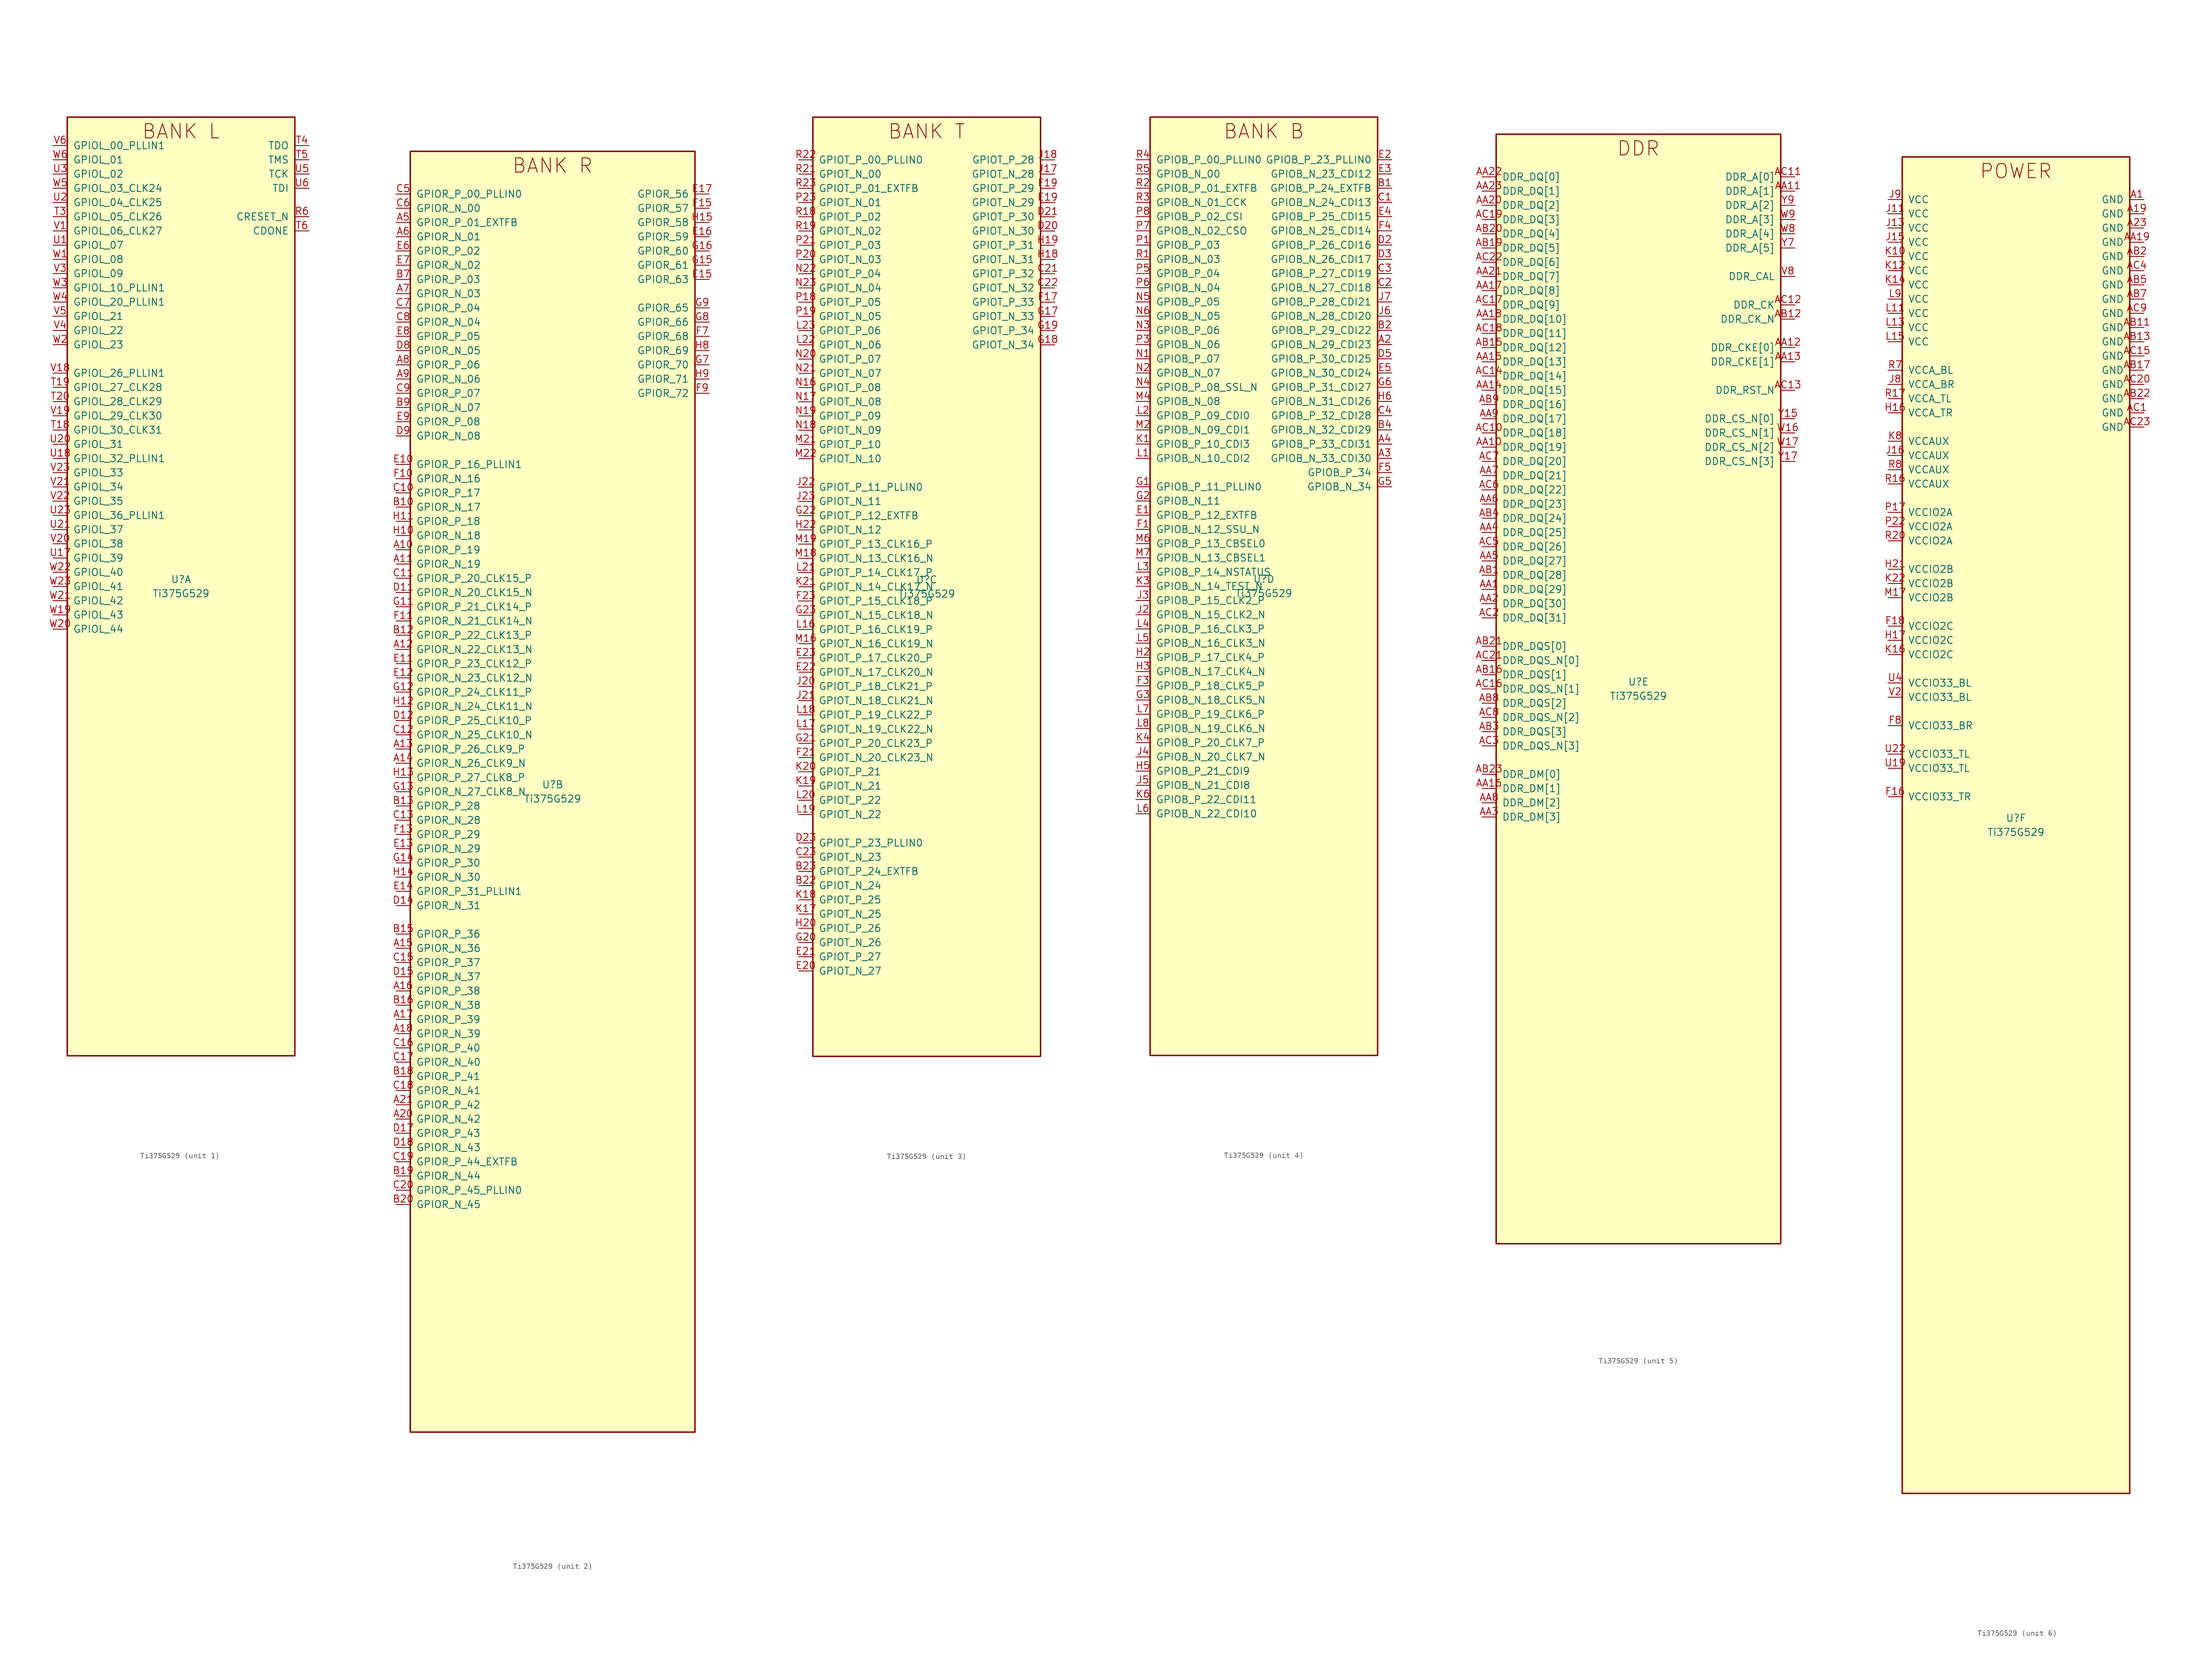
<source format=kicad_sym>
(kicad_symbol_lib
  (version 20231120)
  (generator "ti375g529_generator")
  (generator_version "1.0")
  (symbol "Ti375G529"
    (pin_names
      (offset 1.016))
    (property "Reference" "U"
      (at 0 1.27 0)
      (effects (font (size 1.27 1.27))))
    (property "Value" "Ti375G529"
      (at 0 -1.27 0)
      (effects (font (size 1.27 1.27))))
    (symbol "Ti375G529_1_1"
      (rectangle (start -20.32 83.82) (end 20.32 -83.82) (stroke (width 0.254) (type default)) (fill (type background)))
      (text "BANK L" (at 0 81.28 0) (effects (font (size 2.54 2.54))))
      (pin bidirectional line (at -22.86 78.74 0) (length 2.54) (name "GPIOL_00_PLLIN1" (effects (font (size 1.27 1.27)))) (number "V6" (effects (font (size 1.27 1.27)))))
      (pin bidirectional line (at -22.86 76.2 0) (length 2.54) (name "GPIOL_01" (effects (font (size 1.27 1.27)))) (number "W6" (effects (font (size 1.27 1.27)))))
      (pin bidirectional line (at -22.86 73.66 0) (length 2.54) (name "GPIOL_02" (effects (font (size 1.27 1.27)))) (number "U3" (effects (font (size 1.27 1.27)))))
      (pin bidirectional line (at -22.86 71.12 0) (length 2.54) (name "GPIOL_03_CLK24" (effects (font (size 1.27 1.27)))) (number "W5" (effects (font (size 1.27 1.27)))))
      (pin bidirectional line (at -22.86 68.58 0) (length 2.54) (name "GPIOL_04_CLK25" (effects (font (size 1.27 1.27)))) (number "U2" (effects (font (size 1.27 1.27)))))
      (pin bidirectional line (at -22.86 66.04 0) (length 2.54) (name "GPIOL_05_CLK26" (effects (font (size 1.27 1.27)))) (number "T3" (effects (font (size 1.27 1.27)))))
      (pin bidirectional line (at -22.86 63.5 0) (length 2.54) (name "GPIOL_06_CLK27" (effects (font (size 1.27 1.27)))) (number "V1" (effects (font (size 1.27 1.27)))))
      (pin bidirectional line (at -22.86 60.96 0) (length 2.54) (name "GPIOL_07" (effects (font (size 1.27 1.27)))) (number "U1" (effects (font (size 1.27 1.27)))))
      (pin bidirectional line (at -22.86 58.42 0) (length 2.54) (name "GPIOL_08" (effects (font (size 1.27 1.27)))) (number "W1" (effects (font (size 1.27 1.27)))))
      (pin bidirectional line (at -22.86 55.88 0) (length 2.54) (name "GPIOL_09" (effects (font (size 1.27 1.27)))) (number "V3" (effects (font (size 1.27 1.27)))))
      (pin bidirectional line (at -22.86 53.34 0) (length 2.54) (name "GPIOL_10_PLLIN1" (effects (font (size 1.27 1.27)))) (number "W3" (effects (font (size 1.27 1.27)))))
      (pin bidirectional line (at -22.86 50.8 0) (length 2.54) (name "GPIOL_20_PLLIN1" (effects (font (size 1.27 1.27)))) (number "W4" (effects (font (size 1.27 1.27)))))
      (pin bidirectional line (at -22.86 48.26 0) (length 2.54) (name "GPIOL_21" (effects (font (size 1.27 1.27)))) (number "V5" (effects (font (size 1.27 1.27)))))
      (pin bidirectional line (at -22.86 45.72 0) (length 2.54) (name "GPIOL_22" (effects (font (size 1.27 1.27)))) (number "V4" (effects (font (size 1.27 1.27)))))
      (pin bidirectional line (at -22.86 43.18 0) (length 2.54) (name "GPIOL_23" (effects (font (size 1.27 1.27)))) (number "W2" (effects (font (size 1.27 1.27)))))
      (pin bidirectional line (at -22.86 38.1 0) (length 2.54) (name "GPIOL_26_PLLIN1" (effects (font (size 1.27 1.27)))) (number "V18" (effects (font (size 1.27 1.27)))))
      (pin bidirectional line (at -22.86 35.56 0) (length 2.54) (name "GPIOL_27_CLK28" (effects (font (size 1.27 1.27)))) (number "T19" (effects (font (size 1.27 1.27)))))
      (pin bidirectional line (at -22.86 33.02 0) (length 2.54) (name "GPIOL_28_CLK29" (effects (font (size 1.27 1.27)))) (number "T20" (effects (font (size 1.27 1.27)))))
      (pin bidirectional line (at -22.86 30.48 0) (length 2.54) (name "GPIOL_29_CLK30" (effects (font (size 1.27 1.27)))) (number "V19" (effects (font (size 1.27 1.27)))))
      (pin bidirectional line (at -22.86 27.94 0) (length 2.54) (name "GPIOL_30_CLK31" (effects (font (size 1.27 1.27)))) (number "T18" (effects (font (size 1.27 1.27)))))
      (pin bidirectional line (at -22.86 25.4 0) (length 2.54) (name "GPIOL_31" (effects (font (size 1.27 1.27)))) (number "U20" (effects (font (size 1.27 1.27)))))
      (pin bidirectional line (at -22.86 22.86 0) (length 2.54) (name "GPIOL_32_PLLIN1" (effects (font (size 1.27 1.27)))) (number "U18" (effects (font (size 1.27 1.27)))))
      (pin bidirectional line (at -22.86 20.32 0) (length 2.54) (name "GPIOL_33" (effects (font (size 1.27 1.27)))) (number "V23" (effects (font (size 1.27 1.27)))))
      (pin bidirectional line (at -22.86 17.78 0) (length 2.54) (name "GPIOL_34" (effects (font (size 1.27 1.27)))) (number "V21" (effects (font (size 1.27 1.27)))))
      (pin bidirectional line (at -22.86 15.24 0) (length 2.54) (name "GPIOL_35" (effects (font (size 1.27 1.27)))) (number "V22" (effects (font (size 1.27 1.27)))))
      (pin bidirectional line (at -22.86 12.7 0) (length 2.54) (name "GPIOL_36_PLLIN1" (effects (font (size 1.27 1.27)))) (number "U23" (effects (font (size 1.27 1.27)))))
      (pin bidirectional line (at -22.86 10.16 0) (length 2.54) (name "GPIOL_37" (effects (font (size 1.27 1.27)))) (number "U21" (effects (font (size 1.27 1.27)))))
      (pin bidirectional line (at -22.86 7.62 0) (length 2.54) (name "GPIOL_38" (effects (font (size 1.27 1.27)))) (number "V20" (effects (font (size 1.27 1.27)))))
      (pin bidirectional line (at -22.86 5.08 0) (length 2.54) (name "GPIOL_39" (effects (font (size 1.27 1.27)))) (number "U17" (effects (font (size 1.27 1.27)))))
      (pin bidirectional line (at -22.86 2.54 0) (length 2.54) (name "GPIOL_40" (effects (font (size 1.27 1.27)))) (number "W22" (effects (font (size 1.27 1.27)))))
      (pin bidirectional line (at -22.86 0 0) (length 2.54) (name "GPIOL_41" (effects (font (size 1.27 1.27)))) (number "W23" (effects (font (size 1.27 1.27)))))
      (pin bidirectional line (at -22.86 -2.54 0) (length 2.54) (name "GPIOL_42" (effects (font (size 1.27 1.27)))) (number "W21" (effects (font (size 1.27 1.27)))))
      (pin bidirectional line (at -22.86 -5.08 0) (length 2.54) (name "GPIOL_43" (effects (font (size 1.27 1.27)))) (number "W19" (effects (font (size 1.27 1.27)))))
      (pin bidirectional line (at -22.86 -7.62 0) (length 2.54) (name "GPIOL_44" (effects (font (size 1.27 1.27)))) (number "W20" (effects (font (size 1.27 1.27)))))
      (pin bidirectional line (at 22.86 78.74 180) (length 2.54) (name "TDO" (effects (font (size 1.27 1.27)))) (number "T4" (effects (font (size 1.27 1.27)))))
      (pin bidirectional line (at 22.86 76.2 180) (length 2.54) (name "TMS" (effects (font (size 1.27 1.27)))) (number "T5" (effects (font (size 1.27 1.27)))))
      (pin bidirectional line (at 22.86 73.66 180) (length 2.54) (name "TCK" (effects (font (size 1.27 1.27)))) (number "U5" (effects (font (size 1.27 1.27)))))
      (pin bidirectional line (at 22.86 71.12 180) (length 2.54) (name "TDI" (effects (font (size 1.27 1.27)))) (number "U6" (effects (font (size 1.27 1.27)))))
      (pin input line (at 22.86 66.04 180) (length 2.54) (name "CRESET_N" (effects (font (size 1.27 1.27)))) (number "R6" (effects (font (size 1.27 1.27)))))
      (pin output line (at 22.86 63.5 180) (length 2.54) (name "CDONE" (effects (font (size 1.27 1.27)))) (number "T6" (effects (font (size 1.27 1.27))))))
    (symbol "Ti375G529_2_1"
      (rectangle (start -25.4 114.3) (end 25.4 -114.3) (stroke (width 0.254) (type default)) (fill (type background)))
      (text "BANK R" (at 0 111.76 0) (effects (font (size 2.54 2.54))))
      (pin bidirectional line (at -27.94 106.68 0) (length 2.54) (name "GPIOR_P_00_PLLIN0" (effects (font (size 1.27 1.27)))) (number "C5" (effects (font (size 1.27 1.27)))))
      (pin bidirectional line (at -27.94 104.14 0) (length 2.54) (name "GPIOR_N_00" (effects (font (size 1.27 1.27)))) (number "C6" (effects (font (size 1.27 1.27)))))
      (pin bidirectional line (at -27.94 101.6 0) (length 2.54) (name "GPIOR_P_01_EXTFB" (effects (font (size 1.27 1.27)))) (number "A5" (effects (font (size 1.27 1.27)))))
      (pin bidirectional line (at -27.94 99.06 0) (length 2.54) (name "GPIOR_N_01" (effects (font (size 1.27 1.27)))) (number "A6" (effects (font (size 1.27 1.27)))))
      (pin bidirectional line (at -27.94 96.52 0) (length 2.54) (name "GPIOR_P_02" (effects (font (size 1.27 1.27)))) (number "E6" (effects (font (size 1.27 1.27)))))
      (pin bidirectional line (at -27.94 93.98 0) (length 2.54) (name "GPIOR_N_02" (effects (font (size 1.27 1.27)))) (number "E7" (effects (font (size 1.27 1.27)))))
      (pin bidirectional line (at -27.94 91.44 0) (length 2.54) (name "GPIOR_P_03" (effects (font (size 1.27 1.27)))) (number "B7" (effects (font (size 1.27 1.27)))))
      (pin bidirectional line (at -27.94 88.9 0) (length 2.54) (name "GPIOR_N_03" (effects (font (size 1.27 1.27)))) (number "A7" (effects (font (size 1.27 1.27)))))
      (pin bidirectional line (at -27.94 86.36 0) (length 2.54) (name "GPIOR_P_04" (effects (font (size 1.27 1.27)))) (number "C7" (effects (font (size 1.27 1.27)))))
      (pin bidirectional line (at -27.94 83.82 0) (length 2.54) (name "GPIOR_N_04" (effects (font (size 1.27 1.27)))) (number "C8" (effects (font (size 1.27 1.27)))))
      (pin bidirectional line (at -27.94 81.28 0) (length 2.54) (name "GPIOR_P_05" (effects (font (size 1.27 1.27)))) (number "E8" (effects (font (size 1.27 1.27)))))
      (pin bidirectional line (at -27.94 78.74 0) (length 2.54) (name "GPIOR_N_05" (effects (font (size 1.27 1.27)))) (number "D8" (effects (font (size 1.27 1.27)))))
      (pin bidirectional line (at -27.94 76.2 0) (length 2.54) (name "GPIOR_P_06" (effects (font (size 1.27 1.27)))) (number "A8" (effects (font (size 1.27 1.27)))))
      (pin bidirectional line (at -27.94 73.66 0) (length 2.54) (name "GPIOR_N_06" (effects (font (size 1.27 1.27)))) (number "A9" (effects (font (size 1.27 1.27)))))
      (pin bidirectional line (at -27.94 71.12 0) (length 2.54) (name "GPIOR_P_07" (effects (font (size 1.27 1.27)))) (number "C9" (effects (font (size 1.27 1.27)))))
      (pin bidirectional line (at -27.94 68.58 0) (length 2.54) (name "GPIOR_N_07" (effects (font (size 1.27 1.27)))) (number "B9" (effects (font (size 1.27 1.27)))))
      (pin bidirectional line (at -27.94 66.04 0) (length 2.54) (name "GPIOR_P_08" (effects (font (size 1.27 1.27)))) (number "E9" (effects (font (size 1.27 1.27)))))
      (pin bidirectional line (at -27.94 63.5 0) (length 2.54) (name "GPIOR_N_08" (effects (font (size 1.27 1.27)))) (number "D9" (effects (font (size 1.27 1.27)))))
      (pin bidirectional line (at -27.94 58.42 0) (length 2.54) (name "GPIOR_P_16_PLLIN1" (effects (font (size 1.27 1.27)))) (number "E10" (effects (font (size 1.27 1.27)))))
      (pin bidirectional line (at -27.94 55.88 0) (length 2.54) (name "GPIOR_N_16" (effects (font (size 1.27 1.27)))) (number "F10" (effects (font (size 1.27 1.27)))))
      (pin bidirectional line (at -27.94 53.34 0) (length 2.54) (name "GPIOR_P_17" (effects (font (size 1.27 1.27)))) (number "C10" (effects (font (size 1.27 1.27)))))
      (pin bidirectional line (at -27.94 50.8 0) (length 2.54) (name "GPIOR_N_17" (effects (font (size 1.27 1.27)))) (number "B10" (effects (font (size 1.27 1.27)))))
      (pin bidirectional line (at -27.94 48.26 0) (length 2.54) (name "GPIOR_P_18" (effects (font (size 1.27 1.27)))) (number "H11" (effects (font (size 1.27 1.27)))))
      (pin bidirectional line (at -27.94 45.72 0) (length 2.54) (name "GPIOR_N_18" (effects (font (size 1.27 1.27)))) (number "H10" (effects (font (size 1.27 1.27)))))
      (pin bidirectional line (at -27.94 43.18 0) (length 2.54) (name "GPIOR_P_19" (effects (font (size 1.27 1.27)))) (number "A10" (effects (font (size 1.27 1.27)))))
      (pin bidirectional line (at -27.94 40.64 0) (length 2.54) (name "GPIOR_N_19" (effects (font (size 1.27 1.27)))) (number "A11" (effects (font (size 1.27 1.27)))))
      (pin bidirectional line (at -27.94 38.1 0) (length 2.54) (name "GPIOR_P_20_CLK15_P" (effects (font (size 1.27 1.27)))) (number "C11" (effects (font (size 1.27 1.27)))))
      (pin bidirectional line (at -27.94 35.56 0) (length 2.54) (name "GPIOR_N_20_CLK15_N" (effects (font (size 1.27 1.27)))) (number "D11" (effects (font (size 1.27 1.27)))))
      (pin bidirectional line (at -27.94 33.02 0) (length 2.54) (name "GPIOR_P_21_CLK14_P" (effects (font (size 1.27 1.27)))) (number "G11" (effects (font (size 1.27 1.27)))))
      (pin bidirectional line (at -27.94 30.48 0) (length 2.54) (name "GPIOR_N_21_CLK14_N" (effects (font (size 1.27 1.27)))) (number "F11" (effects (font (size 1.27 1.27)))))
      (pin bidirectional line (at -27.94 27.94 0) (length 2.54) (name "GPIOR_P_22_CLK13_P" (effects (font (size 1.27 1.27)))) (number "B12" (effects (font (size 1.27 1.27)))))
      (pin bidirectional line (at -27.94 25.4 0) (length 2.54) (name "GPIOR_N_22_CLK13_N" (effects (font (size 1.27 1.27)))) (number "A12" (effects (font (size 1.27 1.27)))))
      (pin bidirectional line (at -27.94 22.86 0) (length 2.54) (name "GPIOR_P_23_CLK12_P" (effects (font (size 1.27 1.27)))) (number "E11" (effects (font (size 1.27 1.27)))))
      (pin bidirectional line (at -27.94 20.32 0) (length 2.54) (name "GPIOR_N_23_CLK12_N" (effects (font (size 1.27 1.27)))) (number "E12" (effects (font (size 1.27 1.27)))))
      (pin bidirectional line (at -27.94 17.78 0) (length 2.54) (name "GPIOR_P_24_CLK11_P" (effects (font (size 1.27 1.27)))) (number "G12" (effects (font (size 1.27 1.27)))))
      (pin bidirectional line (at -27.94 15.24 0) (length 2.54) (name "GPIOR_N_24_CLK11_N" (effects (font (size 1.27 1.27)))) (number "H12" (effects (font (size 1.27 1.27)))))
      (pin bidirectional line (at -27.94 12.7 0) (length 2.54) (name "GPIOR_P_25_CLK10_P" (effects (font (size 1.27 1.27)))) (number "D12" (effects (font (size 1.27 1.27)))))
      (pin bidirectional line (at -27.94 10.16 0) (length 2.54) (name "GPIOR_N_25_CLK10_N" (effects (font (size 1.27 1.27)))) (number "C12" (effects (font (size 1.27 1.27)))))
      (pin bidirectional line (at -27.94 7.62 0) (length 2.54) (name "GPIOR_P_26_CLK9_P" (effects (font (size 1.27 1.27)))) (number "A13" (effects (font (size 1.27 1.27)))))
      (pin bidirectional line (at -27.94 5.08 0) (length 2.54) (name "GPIOR_N_26_CLK9_N" (effects (font (size 1.27 1.27)))) (number "A14" (effects (font (size 1.27 1.27)))))
      (pin bidirectional line (at -27.94 2.54 0) (length 2.54) (name "GPIOR_P_27_CLK8_P" (effects (font (size 1.27 1.27)))) (number "H13" (effects (font (size 1.27 1.27)))))
      (pin bidirectional line (at -27.94 0 0) (length 2.54) (name "GPIOR_N_27_CLK8_N" (effects (font (size 1.27 1.27)))) (number "G13" (effects (font (size 1.27 1.27)))))
      (pin bidirectional line (at -27.94 -2.54 0) (length 2.54) (name "GPIOR_P_28" (effects (font (size 1.27 1.27)))) (number "B13" (effects (font (size 1.27 1.27)))))
      (pin bidirectional line (at -27.94 -5.08 0) (length 2.54) (name "GPIOR_N_28" (effects (font (size 1.27 1.27)))) (number "C13" (effects (font (size 1.27 1.27)))))
      (pin bidirectional line (at -27.94 -7.62 0) (length 2.54) (name "GPIOR_P_29" (effects (font (size 1.27 1.27)))) (number "F13" (effects (font (size 1.27 1.27)))))
      (pin bidirectional line (at -27.94 -10.16 0) (length 2.54) (name "GPIOR_N_29" (effects (font (size 1.27 1.27)))) (number "E13" (effects (font (size 1.27 1.27)))))
      (pin bidirectional line (at -27.94 -12.7 0) (length 2.54) (name "GPIOR_P_30" (effects (font (size 1.27 1.27)))) (number "G14" (effects (font (size 1.27 1.27)))))
      (pin bidirectional line (at -27.94 -15.24 0) (length 2.54) (name "GPIOR_N_30" (effects (font (size 1.27 1.27)))) (number "H14" (effects (font (size 1.27 1.27)))))
      (pin bidirectional line (at -27.94 -17.78 0) (length 2.54) (name "GPIOR_P_31_PLLIN1" (effects (font (size 1.27 1.27)))) (number "E14" (effects (font (size 1.27 1.27)))))
      (pin bidirectional line (at -27.94 -20.32 0) (length 2.54) (name "GPIOR_N_31" (effects (font (size 1.27 1.27)))) (number "D14" (effects (font (size 1.27 1.27)))))
      (pin bidirectional line (at -27.94 -25.4 0) (length 2.54) (name "GPIOR_P_36" (effects (font (size 1.27 1.27)))) (number "B15" (effects (font (size 1.27 1.27)))))
      (pin bidirectional line (at -27.94 -27.94 0) (length 2.54) (name "GPIOR_N_36" (effects (font (size 1.27 1.27)))) (number "A15" (effects (font (size 1.27 1.27)))))
      (pin bidirectional line (at -27.94 -30.48 0) (length 2.54) (name "GPIOR_P_37" (effects (font (size 1.27 1.27)))) (number "C15" (effects (font (size 1.27 1.27)))))
      (pin bidirectional line (at -27.94 -33.02 0) (length 2.54) (name "GPIOR_N_37" (effects (font (size 1.27 1.27)))) (number "D15" (effects (font (size 1.27 1.27)))))
      (pin bidirectional line (at -27.94 -35.56 0) (length 2.54) (name "GPIOR_P_38" (effects (font (size 1.27 1.27)))) (number "A16" (effects (font (size 1.27 1.27)))))
      (pin bidirectional line (at -27.94 -38.1 0) (length 2.54) (name "GPIOR_N_38" (effects (font (size 1.27 1.27)))) (number "B16" (effects (font (size 1.27 1.27)))))
      (pin bidirectional line (at -27.94 -40.64 0) (length 2.54) (name "GPIOR_P_39" (effects (font (size 1.27 1.27)))) (number "A17" (effects (font (size 1.27 1.27)))))
      (pin bidirectional line (at -27.94 -43.18 0) (length 2.54) (name "GPIOR_N_39" (effects (font (size 1.27 1.27)))) (number "A18" (effects (font (size 1.27 1.27)))))
      (pin bidirectional line (at -27.94 -45.72 0) (length 2.54) (name "GPIOR_P_40" (effects (font (size 1.27 1.27)))) (number "C16" (effects (font (size 1.27 1.27)))))
      (pin bidirectional line (at -27.94 -48.26 0) (length 2.54) (name "GPIOR_N_40" (effects (font (size 1.27 1.27)))) (number "C17" (effects (font (size 1.27 1.27)))))
      (pin bidirectional line (at -27.94 -50.8 0) (length 2.54) (name "GPIOR_P_41" (effects (font (size 1.27 1.27)))) (number "B18" (effects (font (size 1.27 1.27)))))
      (pin bidirectional line (at -27.94 -53.34 0) (length 2.54) (name "GPIOR_N_41" (effects (font (size 1.27 1.27)))) (number "C18" (effects (font (size 1.27 1.27)))))
      (pin bidirectional line (at -27.94 -55.88 0) (length 2.54) (name "GPIOR_P_42" (effects (font (size 1.27 1.27)))) (number "A21" (effects (font (size 1.27 1.27)))))
      (pin bidirectional line (at -27.94 -58.42 0) (length 2.54) (name "GPIOR_N_42" (effects (font (size 1.27 1.27)))) (number "A20" (effects (font (size 1.27 1.27)))))
      (pin bidirectional line (at -27.94 -60.96 0) (length 2.54) (name "GPIOR_P_43" (effects (font (size 1.27 1.27)))) (number "D17" (effects (font (size 1.27 1.27)))))
      (pin bidirectional line (at -27.94 -63.5 0) (length 2.54) (name "GPIOR_N_43" (effects (font (size 1.27 1.27)))) (number "D18" (effects (font (size 1.27 1.27)))))
      (pin bidirectional line (at -27.94 -66.04 0) (length 2.54) (name "GPIOR_P_44_EXTFB" (effects (font (size 1.27 1.27)))) (number "C19" (effects (font (size 1.27 1.27)))))
      (pin bidirectional line (at -27.94 -68.58 0) (length 2.54) (name "GPIOR_N_44" (effects (font (size 1.27 1.27)))) (number "B19" (effects (font (size 1.27 1.27)))))
      (pin bidirectional line (at -27.94 -71.12 0) (length 2.54) (name "GPIOR_P_45_PLLIN0" (effects (font (size 1.27 1.27)))) (number "C20" (effects (font (size 1.27 1.27)))))
      (pin bidirectional line (at -27.94 -73.66 0) (length 2.54) (name "GPIOR_N_45" (effects (font (size 1.27 1.27)))) (number "B20" (effects (font (size 1.27 1.27)))))
      (pin bidirectional line (at 27.94 106.68 180) (length 2.54) (name "GPIOR_56" (effects (font (size 1.27 1.27)))) (number "E17" (effects (font (size 1.27 1.27)))))
      (pin bidirectional line (at 27.94 104.14 180) (length 2.54) (name "GPIOR_57" (effects (font (size 1.27 1.27)))) (number "F15" (effects (font (size 1.27 1.27)))))
      (pin bidirectional line (at 27.94 101.6 180) (length 2.54) (name "GPIOR_58" (effects (font (size 1.27 1.27)))) (number "H15" (effects (font (size 1.27 1.27)))))
      (pin bidirectional line (at 27.94 99.06 180) (length 2.54) (name "GPIOR_59" (effects (font (size 1.27 1.27)))) (number "E16" (effects (font (size 1.27 1.27)))))
      (pin bidirectional line (at 27.94 96.52 180) (length 2.54) (name "GPIOR_60" (effects (font (size 1.27 1.27)))) (number "G16" (effects (font (size 1.27 1.27)))))
      (pin bidirectional line (at 27.94 93.98 180) (length 2.54) (name "GPIOR_61" (effects (font (size 1.27 1.27)))) (number "G15" (effects (font (size 1.27 1.27)))))
      (pin bidirectional line (at 27.94 91.44 180) (length 2.54) (name "GPIOR_63" (effects (font (size 1.27 1.27)))) (number "E15" (effects (font (size 1.27 1.27)))))
      (pin bidirectional line (at 27.94 86.36 180) (length 2.54) (name "GPIOR_65" (effects (font (size 1.27 1.27)))) (number "G9" (effects (font (size 1.27 1.27)))))
      (pin bidirectional line (at 27.94 83.82 180) (length 2.54) (name "GPIOR_66" (effects (font (size 1.27 1.27)))) (number "G8" (effects (font (size 1.27 1.27)))))
      (pin bidirectional line (at 27.94 81.28 180) (length 2.54) (name "GPIOR_68" (effects (font (size 1.27 1.27)))) (number "F7" (effects (font (size 1.27 1.27)))))
      (pin bidirectional line (at 27.94 78.74 180) (length 2.54) (name "GPIOR_69" (effects (font (size 1.27 1.27)))) (number "H8" (effects (font (size 1.27 1.27)))))
      (pin bidirectional line (at 27.94 76.2 180) (length 2.54) (name "GPIOR_70" (effects (font (size 1.27 1.27)))) (number "G7" (effects (font (size 1.27 1.27)))))
      (pin bidirectional line (at 27.94 73.66 180) (length 2.54) (name "GPIOR_71" (effects (font (size 1.27 1.27)))) (number "H9" (effects (font (size 1.27 1.27)))))
      (pin bidirectional line (at 27.94 71.12 180) (length 2.54) (name "GPIOR_72" (effects (font (size 1.27 1.27)))) (number "F9" (effects (font (size 1.27 1.27))))))
    (symbol "Ti375G529_3_1"
      (rectangle (start -20.32 83.82) (end 20.32 -83.82) (stroke (width 0.254) (type default)) (fill (type background)))
      (text "BANK T" (at 0 81.28 0) (effects (font (size 2.54 2.54))))
      (pin bidirectional line (at -22.86 76.2 0) (length 2.54) (name "GPIOT_P_00_PLLIN0" (effects (font (size 1.27 1.27)))) (number "R22" (effects (font (size 1.27 1.27)))))
      (pin bidirectional line (at -22.86 73.66 0) (length 2.54) (name "GPIOT_N_00" (effects (font (size 1.27 1.27)))) (number "R21" (effects (font (size 1.27 1.27)))))
      (pin bidirectional line (at -22.86 71.12 0) (length 2.54) (name "GPIOT_P_01_EXTFB" (effects (font (size 1.27 1.27)))) (number "R23" (effects (font (size 1.27 1.27)))))
      (pin bidirectional line (at -22.86 68.58 0) (length 2.54) (name "GPIOT_N_01" (effects (font (size 1.27 1.27)))) (number "P23" (effects (font (size 1.27 1.27)))))
      (pin bidirectional line (at -22.86 66.04 0) (length 2.54) (name "GPIOT_P_02" (effects (font (size 1.27 1.27)))) (number "R18" (effects (font (size 1.27 1.27)))))
      (pin bidirectional line (at -22.86 63.5 0) (length 2.54) (name "GPIOT_N_02" (effects (font (size 1.27 1.27)))) (number "R19" (effects (font (size 1.27 1.27)))))
      (pin bidirectional line (at -22.86 60.96 0) (length 2.54) (name "GPIOT_P_03" (effects (font (size 1.27 1.27)))) (number "P21" (effects (font (size 1.27 1.27)))))
      (pin bidirectional line (at -22.86 58.42 0) (length 2.54) (name "GPIOT_N_03" (effects (font (size 1.27 1.27)))) (number "P20" (effects (font (size 1.27 1.27)))))
      (pin bidirectional line (at -22.86 55.88 0) (length 2.54) (name "GPIOT_P_04" (effects (font (size 1.27 1.27)))) (number "N22" (effects (font (size 1.27 1.27)))))
      (pin bidirectional line (at -22.86 53.34 0) (length 2.54) (name "GPIOT_N_04" (effects (font (size 1.27 1.27)))) (number "N23" (effects (font (size 1.27 1.27)))))
      (pin bidirectional line (at -22.86 50.8 0) (length 2.54) (name "GPIOT_P_05" (effects (font (size 1.27 1.27)))) (number "P18" (effects (font (size 1.27 1.27)))))
      (pin bidirectional line (at -22.86 48.26 0) (length 2.54) (name "GPIOT_N_05" (effects (font (size 1.27 1.27)))) (number "P19" (effects (font (size 1.27 1.27)))))
      (pin bidirectional line (at -22.86 45.72 0) (length 2.54) (name "GPIOT_P_06" (effects (font (size 1.27 1.27)))) (number "L23" (effects (font (size 1.27 1.27)))))
      (pin bidirectional line (at -22.86 43.18 0) (length 2.54) (name "GPIOT_N_06" (effects (font (size 1.27 1.27)))) (number "L22" (effects (font (size 1.27 1.27)))))
      (pin bidirectional line (at -22.86 40.64 0) (length 2.54) (name "GPIOT_P_07" (effects (font (size 1.27 1.27)))) (number "N20" (effects (font (size 1.27 1.27)))))
      (pin bidirectional line (at -22.86 38.1 0) (length 2.54) (name "GPIOT_N_07" (effects (font (size 1.27 1.27)))) (number "N21" (effects (font (size 1.27 1.27)))))
      (pin bidirectional line (at -22.86 35.56 0) (length 2.54) (name "GPIOT_P_08" (effects (font (size 1.27 1.27)))) (number "N16" (effects (font (size 1.27 1.27)))))
      (pin bidirectional line (at -22.86 33.02 0) (length 2.54) (name "GPIOT_N_08" (effects (font (size 1.27 1.27)))) (number "N17" (effects (font (size 1.27 1.27)))))
      (pin bidirectional line (at -22.86 30.48 0) (length 2.54) (name "GPIOT_P_09" (effects (font (size 1.27 1.27)))) (number "N19" (effects (font (size 1.27 1.27)))))
      (pin bidirectional line (at -22.86 27.94 0) (length 2.54) (name "GPIOT_N_09" (effects (font (size 1.27 1.27)))) (number "N18" (effects (font (size 1.27 1.27)))))
      (pin bidirectional line (at -22.86 25.4 0) (length 2.54) (name "GPIOT_P_10" (effects (font (size 1.27 1.27)))) (number "M21" (effects (font (size 1.27 1.27)))))
      (pin bidirectional line (at -22.86 22.86 0) (length 2.54) (name "GPIOT_N_10" (effects (font (size 1.27 1.27)))) (number "M22" (effects (font (size 1.27 1.27)))))
      (pin bidirectional line (at -22.86 17.78 0) (length 2.54) (name "GPIOT_P_11_PLLIN0" (effects (font (size 1.27 1.27)))) (number "J22" (effects (font (size 1.27 1.27)))))
      (pin bidirectional line (at -22.86 15.24 0) (length 2.54) (name "GPIOT_N_11" (effects (font (size 1.27 1.27)))) (number "J23" (effects (font (size 1.27 1.27)))))
      (pin bidirectional line (at -22.86 12.7 0) (length 2.54) (name "GPIOT_P_12_EXTFB" (effects (font (size 1.27 1.27)))) (number "G22" (effects (font (size 1.27 1.27)))))
      (pin bidirectional line (at -22.86 10.16 0) (length 2.54) (name "GPIOT_N_12" (effects (font (size 1.27 1.27)))) (number "H22" (effects (font (size 1.27 1.27)))))
      (pin bidirectional line (at -22.86 7.62 0) (length 2.54) (name "GPIOT_P_13_CLK16_P" (effects (font (size 1.27 1.27)))) (number "M19" (effects (font (size 1.27 1.27)))))
      (pin bidirectional line (at -22.86 5.08 0) (length 2.54) (name "GPIOT_N_13_CLK16_N" (effects (font (size 1.27 1.27)))) (number "M18" (effects (font (size 1.27 1.27)))))
      (pin bidirectional line (at -22.86 2.54 0) (length 2.54) (name "GPIOT_P_14_CLK17_P" (effects (font (size 1.27 1.27)))) (number "L21" (effects (font (size 1.27 1.27)))))
      (pin bidirectional line (at -22.86 0 0) (length 2.54) (name "GPIOT_N_14_CLK17_N" (effects (font (size 1.27 1.27)))) (number "K21" (effects (font (size 1.27 1.27)))))
      (pin bidirectional line (at -22.86 -2.54 0) (length 2.54) (name "GPIOT_P_15_CLK18_P" (effects (font (size 1.27 1.27)))) (number "F23" (effects (font (size 1.27 1.27)))))
      (pin bidirectional line (at -22.86 -5.08 0) (length 2.54) (name "GPIOT_N_15_CLK18_N" (effects (font (size 1.27 1.27)))) (number "G23" (effects (font (size 1.27 1.27)))))
      (pin bidirectional line (at -22.86 -7.62 0) (length 2.54) (name "GPIOT_P_16_CLK19_P" (effects (font (size 1.27 1.27)))) (number "L16" (effects (font (size 1.27 1.27)))))
      (pin bidirectional line (at -22.86 -10.16 0) (length 2.54) (name "GPIOT_N_16_CLK19_N" (effects (font (size 1.27 1.27)))) (number "M16" (effects (font (size 1.27 1.27)))))
      (pin bidirectional line (at -22.86 -12.7 0) (length 2.54) (name "GPIOT_P_17_CLK20_P" (effects (font (size 1.27 1.27)))) (number "E23" (effects (font (size 1.27 1.27)))))
      (pin bidirectional line (at -22.86 -15.24 0) (length 2.54) (name "GPIOT_N_17_CLK20_N" (effects (font (size 1.27 1.27)))) (number "E22" (effects (font (size 1.27 1.27)))))
      (pin bidirectional line (at -22.86 -17.78 0) (length 2.54) (name "GPIOT_P_18_CLK21_P" (effects (font (size 1.27 1.27)))) (number "J20" (effects (font (size 1.27 1.27)))))
      (pin bidirectional line (at -22.86 -20.32 0) (length 2.54) (name "GPIOT_N_18_CLK21_N" (effects (font (size 1.27 1.27)))) (number "J21" (effects (font (size 1.27 1.27)))))
      (pin bidirectional line (at -22.86 -22.86 0) (length 2.54) (name "GPIOT_P_19_CLK22_P" (effects (font (size 1.27 1.27)))) (number "L18" (effects (font (size 1.27 1.27)))))
      (pin bidirectional line (at -22.86 -25.4 0) (length 2.54) (name "GPIOT_N_19_CLK22_N" (effects (font (size 1.27 1.27)))) (number "L17" (effects (font (size 1.27 1.27)))))
      (pin bidirectional line (at -22.86 -27.94 0) (length 2.54) (name "GPIOT_P_20_CLK23_P" (effects (font (size 1.27 1.27)))) (number "G21" (effects (font (size 1.27 1.27)))))
      (pin bidirectional line (at -22.86 -30.48 0) (length 2.54) (name "GPIOT_N_20_CLK23_N" (effects (font (size 1.27 1.27)))) (number "F21" (effects (font (size 1.27 1.27)))))
      (pin bidirectional line (at -22.86 -33.02 0) (length 2.54) (name "GPIOT_P_21" (effects (font (size 1.27 1.27)))) (number "K20" (effects (font (size 1.27 1.27)))))
      (pin bidirectional line (at -22.86 -35.56 0) (length 2.54) (name "GPIOT_N_21" (effects (font (size 1.27 1.27)))) (number "K19" (effects (font (size 1.27 1.27)))))
      (pin bidirectional line (at -22.86 -38.1 0) (length 2.54) (name "GPIOT_P_22" (effects (font (size 1.27 1.27)))) (number "L20" (effects (font (size 1.27 1.27)))))
      (pin bidirectional line (at -22.86 -40.64 0) (length 2.54) (name "GPIOT_N_22" (effects (font (size 1.27 1.27)))) (number "L19" (effects (font (size 1.27 1.27)))))
      (pin bidirectional line (at -22.86 -45.72 0) (length 2.54) (name "GPIOT_P_23_PLLIN0" (effects (font (size 1.27 1.27)))) (number "D23" (effects (font (size 1.27 1.27)))))
      (pin bidirectional line (at -22.86 -48.26 0) (length 2.54) (name "GPIOT_N_23" (effects (font (size 1.27 1.27)))) (number "C23" (effects (font (size 1.27 1.27)))))
      (pin bidirectional line (at -22.86 -50.8 0) (length 2.54) (name "GPIOT_P_24_EXTFB" (effects (font (size 1.27 1.27)))) (number "B23" (effects (font (size 1.27 1.27)))))
      (pin bidirectional line (at -22.86 -53.34 0) (length 2.54) (name "GPIOT_N_24" (effects (font (size 1.27 1.27)))) (number "B22" (effects (font (size 1.27 1.27)))))
      (pin bidirectional line (at -22.86 -55.88 0) (length 2.54) (name "GPIOT_P_25" (effects (font (size 1.27 1.27)))) (number "K18" (effects (font (size 1.27 1.27)))))
      (pin bidirectional line (at -22.86 -58.42 0) (length 2.54) (name "GPIOT_N_25" (effects (font (size 1.27 1.27)))) (number "K17" (effects (font (size 1.27 1.27)))))
      (pin bidirectional line (at -22.86 -60.96 0) (length 2.54) (name "GPIOT_P_26" (effects (font (size 1.27 1.27)))) (number "H20" (effects (font (size 1.27 1.27)))))
      (pin bidirectional line (at -22.86 -63.5 0) (length 2.54) (name "GPIOT_N_26" (effects (font (size 1.27 1.27)))) (number "G20" (effects (font (size 1.27 1.27)))))
      (pin bidirectional line (at -22.86 -66.04 0) (length 2.54) (name "GPIOT_P_27" (effects (font (size 1.27 1.27)))) (number "E21" (effects (font (size 1.27 1.27)))))
      (pin bidirectional line (at -22.86 -68.58 0) (length 2.54) (name "GPIOT_N_27" (effects (font (size 1.27 1.27)))) (number "E20" (effects (font (size 1.27 1.27)))))
      (pin bidirectional line (at 22.86 76.2 180) (length 2.54) (name "GPIOT_P_28" (effects (font (size 1.27 1.27)))) (number "J18" (effects (font (size 1.27 1.27)))))
      (pin bidirectional line (at 22.86 73.66 180) (length 2.54) (name "GPIOT_N_28" (effects (font (size 1.27 1.27)))) (number "J17" (effects (font (size 1.27 1.27)))))
      (pin bidirectional line (at 22.86 71.12 180) (length 2.54) (name "GPIOT_P_29" (effects (font (size 1.27 1.27)))) (number "F19" (effects (font (size 1.27 1.27)))))
      (pin bidirectional line (at 22.86 68.58 180) (length 2.54) (name "GPIOT_N_29" (effects (font (size 1.27 1.27)))) (number "E19" (effects (font (size 1.27 1.27)))))
      (pin bidirectional line (at 22.86 66.04 180) (length 2.54) (name "GPIOT_P_30" (effects (font (size 1.27 1.27)))) (number "D21" (effects (font (size 1.27 1.27)))))
      (pin bidirectional line (at 22.86 63.5 180) (length 2.54) (name "GPIOT_N_30" (effects (font (size 1.27 1.27)))) (number "D20" (effects (font (size 1.27 1.27)))))
      (pin bidirectional line (at 22.86 60.96 180) (length 2.54) (name "GPIOT_P_31" (effects (font (size 1.27 1.27)))) (number "H19" (effects (font (size 1.27 1.27)))))
      (pin bidirectional line (at 22.86 58.42 180) (length 2.54) (name "GPIOT_N_31" (effects (font (size 1.27 1.27)))) (number "H18" (effects (font (size 1.27 1.27)))))
      (pin bidirectional line (at 22.86 55.88 180) (length 2.54) (name "GPIOT_P_32" (effects (font (size 1.27 1.27)))) (number "C21" (effects (font (size 1.27 1.27)))))
      (pin bidirectional line (at 22.86 53.34 180) (length 2.54) (name "GPIOT_N_32" (effects (font (size 1.27 1.27)))) (number "C22" (effects (font (size 1.27 1.27)))))
      (pin bidirectional line (at 22.86 50.8 180) (length 2.54) (name "GPIOT_P_33" (effects (font (size 1.27 1.27)))) (number "F17" (effects (font (size 1.27 1.27)))))
      (pin bidirectional line (at 22.86 48.26 180) (length 2.54) (name "GPIOT_N_33" (effects (font (size 1.27 1.27)))) (number "G17" (effects (font (size 1.27 1.27)))))
      (pin bidirectional line (at 22.86 45.72 180) (length 2.54) (name "GPIOT_P_34" (effects (font (size 1.27 1.27)))) (number "G19" (effects (font (size 1.27 1.27)))))
      (pin bidirectional line (at 22.86 43.18 180) (length 2.54) (name "GPIOT_N_34" (effects (font (size 1.27 1.27)))) (number "G18" (effects (font (size 1.27 1.27))))))
    (symbol "Ti375G529_4_1"
      (rectangle (start -20.32 83.82) (end 20.32 -83.82) (stroke (width 0.254) (type default)) (fill (type background)))
      (text "BANK B" (at 0 81.28 0) (effects (font (size 2.54 2.54))))
      (pin bidirectional line (at -22.86 76.2 0) (length 2.54) (name "GPIOB_P_00_PLLIN0" (effects (font (size 1.27 1.27)))) (number "R4" (effects (font (size 1.27 1.27)))))
      (pin bidirectional line (at -22.86 73.66 0) (length 2.54) (name "GPIOB_N_00" (effects (font (size 1.27 1.27)))) (number "R5" (effects (font (size 1.27 1.27)))))
      (pin bidirectional line (at -22.86 71.12 0) (length 2.54) (name "GPIOB_P_01_EXTFB" (effects (font (size 1.27 1.27)))) (number "R2" (effects (font (size 1.27 1.27)))))
      (pin bidirectional line (at -22.86 68.58 0) (length 2.54) (name "GPIOB_N_01_CCK" (effects (font (size 1.27 1.27)))) (number "R3" (effects (font (size 1.27 1.27)))))
      (pin bidirectional line (at -22.86 66.04 0) (length 2.54) (name "GPIOB_P_02_CSI" (effects (font (size 1.27 1.27)))) (number "P8" (effects (font (size 1.27 1.27)))))
      (pin bidirectional line (at -22.86 63.5 0) (length 2.54) (name "GPIOB_N_02_CSO" (effects (font (size 1.27 1.27)))) (number "P7" (effects (font (size 1.27 1.27)))))
      (pin bidirectional line (at -22.86 60.96 0) (length 2.54) (name "GPIOB_P_03" (effects (font (size 1.27 1.27)))) (number "P1" (effects (font (size 1.27 1.27)))))
      (pin bidirectional line (at -22.86 58.42 0) (length 2.54) (name "GPIOB_N_03" (effects (font (size 1.27 1.27)))) (number "R1" (effects (font (size 1.27 1.27)))))
      (pin bidirectional line (at -22.86 55.88 0) (length 2.54) (name "GPIOB_P_04" (effects (font (size 1.27 1.27)))) (number "P5" (effects (font (size 1.27 1.27)))))
      (pin bidirectional line (at -22.86 53.34 0) (length 2.54) (name "GPIOB_N_04" (effects (font (size 1.27 1.27)))) (number "P6" (effects (font (size 1.27 1.27)))))
      (pin bidirectional line (at -22.86 50.8 0) (length 2.54) (name "GPIOB_P_05" (effects (font (size 1.27 1.27)))) (number "N5" (effects (font (size 1.27 1.27)))))
      (pin bidirectional line (at -22.86 48.26 0) (length 2.54) (name "GPIOB_N_05" (effects (font (size 1.27 1.27)))) (number "N6" (effects (font (size 1.27 1.27)))))
      (pin bidirectional line (at -22.86 45.72 0) (length 2.54) (name "GPIOB_P_06" (effects (font (size 1.27 1.27)))) (number "N3" (effects (font (size 1.27 1.27)))))
      (pin bidirectional line (at -22.86 43.18 0) (length 2.54) (name "GPIOB_N_06" (effects (font (size 1.27 1.27)))) (number "P3" (effects (font (size 1.27 1.27)))))
      (pin bidirectional line (at -22.86 40.64 0) (length 2.54) (name "GPIOB_P_07" (effects (font (size 1.27 1.27)))) (number "N1" (effects (font (size 1.27 1.27)))))
      (pin bidirectional line (at -22.86 38.1 0) (length 2.54) (name "GPIOB_N_07" (effects (font (size 1.27 1.27)))) (number "N2" (effects (font (size 1.27 1.27)))))
      (pin bidirectional line (at -22.86 35.56 0) (length 2.54) (name "GPIOB_P_08_SSL_N" (effects (font (size 1.27 1.27)))) (number "N4" (effects (font (size 1.27 1.27)))))
      (pin bidirectional line (at -22.86 33.02 0) (length 2.54) (name "GPIOB_N_08" (effects (font (size 1.27 1.27)))) (number "M4" (effects (font (size 1.27 1.27)))))
      (pin bidirectional line (at -22.86 30.48 0) (length 2.54) (name "GPIOB_P_09_CDI0" (effects (font (size 1.27 1.27)))) (number "L2" (effects (font (size 1.27 1.27)))))
      (pin bidirectional line (at -22.86 27.94 0) (length 2.54) (name "GPIOB_N_09_CDI1" (effects (font (size 1.27 1.27)))) (number "M2" (effects (font (size 1.27 1.27)))))
      (pin bidirectional line (at -22.86 25.4 0) (length 2.54) (name "GPIOB_P_10_CDI3" (effects (font (size 1.27 1.27)))) (number "K1" (effects (font (size 1.27 1.27)))))
      (pin bidirectional line (at -22.86 22.86 0) (length 2.54) (name "GPIOB_N_10_CDI2" (effects (font (size 1.27 1.27)))) (number "L1" (effects (font (size 1.27 1.27)))))
      (pin bidirectional line (at -22.86 17.78 0) (length 2.54) (name "GPIOB_P_11_PLLIN0" (effects (font (size 1.27 1.27)))) (number "G1" (effects (font (size 1.27 1.27)))))
      (pin bidirectional line (at -22.86 15.24 0) (length 2.54) (name "GPIOB_N_11" (effects (font (size 1.27 1.27)))) (number "G2" (effects (font (size 1.27 1.27)))))
      (pin bidirectional line (at -22.86 12.7 0) (length 2.54) (name "GPIOB_P_12_EXTFB" (effects (font (size 1.27 1.27)))) (number "E1" (effects (font (size 1.27 1.27)))))
      (pin bidirectional line (at -22.86 10.16 0) (length 2.54) (name "GPIOB_N_12_SSU_N" (effects (font (size 1.27 1.27)))) (number "F1" (effects (font (size 1.27 1.27)))))
      (pin bidirectional line (at -22.86 7.62 0) (length 2.54) (name "GPIOB_P_13_CBSEL0" (effects (font (size 1.27 1.27)))) (number "M6" (effects (font (size 1.27 1.27)))))
      (pin bidirectional line (at -22.86 5.08 0) (length 2.54) (name "GPIOB_N_13_CBSEL1" (effects (font (size 1.27 1.27)))) (number "M7" (effects (font (size 1.27 1.27)))))
      (pin bidirectional line (at -22.86 2.54 0) (length 2.54) (name "GPIOB_P_14_NSTATUS" (effects (font (size 1.27 1.27)))) (number "L3" (effects (font (size 1.27 1.27)))))
      (pin bidirectional line (at -22.86 0 0) (length 2.54) (name "GPIOB_N_14_TEST_N" (effects (font (size 1.27 1.27)))) (number "K3" (effects (font (size 1.27 1.27)))))
      (pin bidirectional line (at -22.86 -2.54 0) (length 2.54) (name "GPIOB_P_15_CLK2_P" (effects (font (size 1.27 1.27)))) (number "J3" (effects (font (size 1.27 1.27)))))
      (pin bidirectional line (at -22.86 -5.08 0) (length 2.54) (name "GPIOB_N_15_CLK2_N" (effects (font (size 1.27 1.27)))) (number "J2" (effects (font (size 1.27 1.27)))))
      (pin bidirectional line (at -22.86 -7.62 0) (length 2.54) (name "GPIOB_P_16_CLK3_P" (effects (font (size 1.27 1.27)))) (number "L4" (effects (font (size 1.27 1.27)))))
      (pin bidirectional line (at -22.86 -10.16 0) (length 2.54) (name "GPIOB_N_16_CLK3_N" (effects (font (size 1.27 1.27)))) (number "L5" (effects (font (size 1.27 1.27)))))
      (pin bidirectional line (at -22.86 -12.7 0) (length 2.54) (name "GPIOB_P_17_CLK4_P" (effects (font (size 1.27 1.27)))) (number "H2" (effects (font (size 1.27 1.27)))))
      (pin bidirectional line (at -22.86 -15.24 0) (length 2.54) (name "GPIOB_N_17_CLK4_N" (effects (font (size 1.27 1.27)))) (number "H3" (effects (font (size 1.27 1.27)))))
      (pin bidirectional line (at -22.86 -17.78 0) (length 2.54) (name "GPIOB_P_18_CLK5_P" (effects (font (size 1.27 1.27)))) (number "F3" (effects (font (size 1.27 1.27)))))
      (pin bidirectional line (at -22.86 -20.32 0) (length 2.54) (name "GPIOB_N_18_CLK5_N" (effects (font (size 1.27 1.27)))) (number "G3" (effects (font (size 1.27 1.27)))))
      (pin bidirectional line (at -22.86 -22.86 0) (length 2.54) (name "GPIOB_P_19_CLK6_P" (effects (font (size 1.27 1.27)))) (number "L7" (effects (font (size 1.27 1.27)))))
      (pin bidirectional line (at -22.86 -25.4 0) (length 2.54) (name "GPIOB_N_19_CLK6_N" (effects (font (size 1.27 1.27)))) (number "L8" (effects (font (size 1.27 1.27)))))
      (pin bidirectional line (at -22.86 -27.94 0) (length 2.54) (name "GPIOB_P_20_CLK7_P" (effects (font (size 1.27 1.27)))) (number "K4" (effects (font (size 1.27 1.27)))))
      (pin bidirectional line (at -22.86 -30.48 0) (length 2.54) (name "GPIOB_N_20_CLK7_N" (effects (font (size 1.27 1.27)))) (number "J4" (effects (font (size 1.27 1.27)))))
      (pin bidirectional line (at -22.86 -33.02 0) (length 2.54) (name "GPIOB_P_21_CDI9" (effects (font (size 1.27 1.27)))) (number "H5" (effects (font (size 1.27 1.27)))))
      (pin bidirectional line (at -22.86 -35.56 0) (length 2.54) (name "GPIOB_N_21_CDI8" (effects (font (size 1.27 1.27)))) (number "J5" (effects (font (size 1.27 1.27)))))
      (pin bidirectional line (at -22.86 -38.1 0) (length 2.54) (name "GPIOB_P_22_CDI11" (effects (font (size 1.27 1.27)))) (number "K6" (effects (font (size 1.27 1.27)))))
      (pin bidirectional line (at -22.86 -40.64 0) (length 2.54) (name "GPIOB_N_22_CDI10" (effects (font (size 1.27 1.27)))) (number "L6" (effects (font (size 1.27 1.27)))))
      (pin bidirectional line (at 22.86 76.2 180) (length 2.54) (name "GPIOB_P_23_PLLIN0" (effects (font (size 1.27 1.27)))) (number "E2" (effects (font (size 1.27 1.27)))))
      (pin bidirectional line (at 22.86 73.66 180) (length 2.54) (name "GPIOB_N_23_CDI12" (effects (font (size 1.27 1.27)))) (number "E3" (effects (font (size 1.27 1.27)))))
      (pin bidirectional line (at 22.86 71.12 180) (length 2.54) (name "GPIOB_P_24_EXTFB" (effects (font (size 1.27 1.27)))) (number "B1" (effects (font (size 1.27 1.27)))))
      (pin bidirectional line (at 22.86 68.58 180) (length 2.54) (name "GPIOB_N_24_CDI13" (effects (font (size 1.27 1.27)))) (number "C1" (effects (font (size 1.27 1.27)))))
      (pin bidirectional line (at 22.86 66.04 180) (length 2.54) (name "GPIOB_P_25_CDI15" (effects (font (size 1.27 1.27)))) (number "E4" (effects (font (size 1.27 1.27)))))
      (pin bidirectional line (at 22.86 63.5 180) (length 2.54) (name "GPIOB_N_25_CDI14" (effects (font (size 1.27 1.27)))) (number "F4" (effects (font (size 1.27 1.27)))))
      (pin bidirectional line (at 22.86 60.96 180) (length 2.54) (name "GPIOB_P_26_CDI16" (effects (font (size 1.27 1.27)))) (number "D2" (effects (font (size 1.27 1.27)))))
      (pin bidirectional line (at 22.86 58.42 180) (length 2.54) (name "GPIOB_N_26_CDI17" (effects (font (size 1.27 1.27)))) (number "D3" (effects (font (size 1.27 1.27)))))
      (pin bidirectional line (at 22.86 55.88 180) (length 2.54) (name "GPIOB_P_27_CDI19" (effects (font (size 1.27 1.27)))) (number "C3" (effects (font (size 1.27 1.27)))))
      (pin bidirectional line (at 22.86 53.34 180) (length 2.54) (name "GPIOB_N_27_CDI18" (effects (font (size 1.27 1.27)))) (number "C2" (effects (font (size 1.27 1.27)))))
      (pin bidirectional line (at 22.86 50.8 180) (length 2.54) (name "GPIOB_P_28_CDI21" (effects (font (size 1.27 1.27)))) (number "J7" (effects (font (size 1.27 1.27)))))
      (pin bidirectional line (at 22.86 48.26 180) (length 2.54) (name "GPIOB_N_28_CDI20" (effects (font (size 1.27 1.27)))) (number "J6" (effects (font (size 1.27 1.27)))))
      (pin bidirectional line (at 22.86 45.72 180) (length 2.54) (name "GPIOB_P_29_CDI22" (effects (font (size 1.27 1.27)))) (number "B2" (effects (font (size 1.27 1.27)))))
      (pin bidirectional line (at 22.86 43.18 180) (length 2.54) (name "GPIOB_N_29_CDI23" (effects (font (size 1.27 1.27)))) (number "A2" (effects (font (size 1.27 1.27)))))
      (pin bidirectional line (at 22.86 40.64 180) (length 2.54) (name "GPIOB_P_30_CDI25" (effects (font (size 1.27 1.27)))) (number "D5" (effects (font (size 1.27 1.27)))))
      (pin bidirectional line (at 22.86 38.1 180) (length 2.54) (name "GPIOB_N_30_CDI24" (effects (font (size 1.27 1.27)))) (number "E5" (effects (font (size 1.27 1.27)))))
      (pin bidirectional line (at 22.86 35.56 180) (length 2.54) (name "GPIOB_P_31_CDI27" (effects (font (size 1.27 1.27)))) (number "G6" (effects (font (size 1.27 1.27)))))
      (pin bidirectional line (at 22.86 33.02 180) (length 2.54) (name "GPIOB_N_31_CDI26" (effects (font (size 1.27 1.27)))) (number "H6" (effects (font (size 1.27 1.27)))))
      (pin bidirectional line (at 22.86 30.48 180) (length 2.54) (name "GPIOB_P_32_CDI28" (effects (font (size 1.27 1.27)))) (number "C4" (effects (font (size 1.27 1.27)))))
      (pin bidirectional line (at 22.86 27.94 180) (length 2.54) (name "GPIOB_N_32_CDI29" (effects (font (size 1.27 1.27)))) (number "B4" (effects (font (size 1.27 1.27)))))
      (pin bidirectional line (at 22.86 25.4 180) (length 2.54) (name "GPIOB_P_33_CDI31" (effects (font (size 1.27 1.27)))) (number "A4" (effects (font (size 1.27 1.27)))))
      (pin bidirectional line (at 22.86 22.86 180) (length 2.54) (name "GPIOB_N_33_CDI30" (effects (font (size 1.27 1.27)))) (number "A3" (effects (font (size 1.27 1.27)))))
      (pin bidirectional line (at 22.86 20.32 180) (length 2.54) (name "GPIOB_P_34" (effects (font (size 1.27 1.27)))) (number "F5" (effects (font (size 1.27 1.27)))))
      (pin bidirectional line (at 22.86 17.78 180) (length 2.54) (name "GPIOB_N_34" (effects (font (size 1.27 1.27)))) (number "G5" (effects (font (size 1.27 1.27))))))
    (symbol "Ti375G529_5_1"
      (rectangle (start -25.4 99.06) (end 25.4 -99.06) (stroke (width 0.254) (type default)) (fill (type background)))
      (text "DDR" (at 0 96.52 0) (effects (font (size 2.54 2.54))))
      (pin bidirectional line (at -27.94 91.44 0) (length 2.54) (name "DDR_DQ[0]" (effects (font (size 1.27 1.27)))) (number "AA22" (effects (font (size 1.27 1.27)))))
      (pin bidirectional line (at -27.94 88.9 0) (length 2.54) (name "DDR_DQ[1]" (effects (font (size 1.27 1.27)))) (number "AA23" (effects (font (size 1.27 1.27)))))
      (pin bidirectional line (at -27.94 86.36 0) (length 2.54) (name "DDR_DQ[2]" (effects (font (size 1.27 1.27)))) (number "AA20" (effects (font (size 1.27 1.27)))))
      (pin bidirectional line (at -27.94 83.82 0) (length 2.54) (name "DDR_DQ[3]" (effects (font (size 1.27 1.27)))) (number "AC19" (effects (font (size 1.27 1.27)))))
      (pin bidirectional line (at -27.94 81.28 0) (length 2.54) (name "DDR_DQ[4]" (effects (font (size 1.27 1.27)))) (number "AB20" (effects (font (size 1.27 1.27)))))
      (pin bidirectional line (at -27.94 78.74 0) (length 2.54) (name "DDR_DQ[5]" (effects (font (size 1.27 1.27)))) (number "AB19" (effects (font (size 1.27 1.27)))))
      (pin bidirectional line (at -27.94 76.2 0) (length 2.54) (name "DDR_DQ[6]" (effects (font (size 1.27 1.27)))) (number "AC22" (effects (font (size 1.27 1.27)))))
      (pin bidirectional line (at -27.94 73.66 0) (length 2.54) (name "DDR_DQ[7]" (effects (font (size 1.27 1.27)))) (number "AA21" (effects (font (size 1.27 1.27)))))
      (pin bidirectional line (at -27.94 71.12 0) (length 2.54) (name "DDR_DQ[8]" (effects (font (size 1.27 1.27)))) (number "AA17" (effects (font (size 1.27 1.27)))))
      (pin bidirectional line (at -27.94 68.58 0) (length 2.54) (name "DDR_DQ[9]" (effects (font (size 1.27 1.27)))) (number "AC17" (effects (font (size 1.27 1.27)))))
      (pin bidirectional line (at -27.94 66.04 0) (length 2.54) (name "DDR_DQ[10]" (effects (font (size 1.27 1.27)))) (number "AA18" (effects (font (size 1.27 1.27)))))
      (pin bidirectional line (at -27.94 63.5 0) (length 2.54) (name "DDR_DQ[11]" (effects (font (size 1.27 1.27)))) (number "AC18" (effects (font (size 1.27 1.27)))))
      (pin bidirectional line (at -27.94 60.96 0) (length 2.54) (name "DDR_DQ[12]" (effects (font (size 1.27 1.27)))) (number "AB15" (effects (font (size 1.27 1.27)))))
      (pin bidirectional line (at -27.94 58.42 0) (length 2.54) (name "DDR_DQ[13]" (effects (font (size 1.27 1.27)))) (number "AA15" (effects (font (size 1.27 1.27)))))
      (pin bidirectional line (at -27.94 55.88 0) (length 2.54) (name "DDR_DQ[14]" (effects (font (size 1.27 1.27)))) (number "AC14" (effects (font (size 1.27 1.27)))))
      (pin bidirectional line (at -27.94 53.34 0) (length 2.54) (name "DDR_DQ[15]" (effects (font (size 1.27 1.27)))) (number "AA14" (effects (font (size 1.27 1.27)))))
      (pin bidirectional line (at -27.94 50.8 0) (length 2.54) (name "DDR_DQ[16]" (effects (font (size 1.27 1.27)))) (number "AB9" (effects (font (size 1.27 1.27)))))
      (pin bidirectional line (at -27.94 48.26 0) (length 2.54) (name "DDR_DQ[17]" (effects (font (size 1.27 1.27)))) (number "AA9" (effects (font (size 1.27 1.27)))))
      (pin bidirectional line (at -27.94 45.72 0) (length 2.54) (name "DDR_DQ[18]" (effects (font (size 1.27 1.27)))) (number "AC10" (effects (font (size 1.27 1.27)))))
      (pin bidirectional line (at -27.94 43.18 0) (length 2.54) (name "DDR_DQ[19]" (effects (font (size 1.27 1.27)))) (number "AA10" (effects (font (size 1.27 1.27)))))
      (pin bidirectional line (at -27.94 40.64 0) (length 2.54) (name "DDR_DQ[20]" (effects (font (size 1.27 1.27)))) (number "AC7" (effects (font (size 1.27 1.27)))))
      (pin bidirectional line (at -27.94 38.1 0) (length 2.54) (name "DDR_DQ[21]" (effects (font (size 1.27 1.27)))) (number "AA7" (effects (font (size 1.27 1.27)))))
      (pin bidirectional line (at -27.94 35.56 0) (length 2.54) (name "DDR_DQ[22]" (effects (font (size 1.27 1.27)))) (number "AC6" (effects (font (size 1.27 1.27)))))
      (pin bidirectional line (at -27.94 33.02 0) (length 2.54) (name "DDR_DQ[23]" (effects (font (size 1.27 1.27)))) (number "AA6" (effects (font (size 1.27 1.27)))))
      (pin bidirectional line (at -27.94 30.48 0) (length 2.54) (name "DDR_DQ[24]" (effects (font (size 1.27 1.27)))) (number "AB4" (effects (font (size 1.27 1.27)))))
      (pin bidirectional line (at -27.94 27.94 0) (length 2.54) (name "DDR_DQ[25]" (effects (font (size 1.27 1.27)))) (number "AA4" (effects (font (size 1.27 1.27)))))
      (pin bidirectional line (at -27.94 25.4 0) (length 2.54) (name "DDR_DQ[26]" (effects (font (size 1.27 1.27)))) (number "AC5" (effects (font (size 1.27 1.27)))))
      (pin bidirectional line (at -27.94 22.86 0) (length 2.54) (name "DDR_DQ[27]" (effects (font (size 1.27 1.27)))) (number "AA5" (effects (font (size 1.27 1.27)))))
      (pin bidirectional line (at -27.94 20.32 0) (length 2.54) (name "DDR_DQ[28]" (effects (font (size 1.27 1.27)))) (number "AB1" (effects (font (size 1.27 1.27)))))
      (pin bidirectional line (at -27.94 17.78 0) (length 2.54) (name "DDR_DQ[29]" (effects (font (size 1.27 1.27)))) (number "AA1" (effects (font (size 1.27 1.27)))))
      (pin bidirectional line (at -27.94 15.24 0) (length 2.54) (name "DDR_DQ[30]" (effects (font (size 1.27 1.27)))) (number "AA2" (effects (font (size 1.27 1.27)))))
      (pin bidirectional line (at -27.94 12.7 0) (length 2.54) (name "DDR_DQ[31]" (effects (font (size 1.27 1.27)))) (number "AC2" (effects (font (size 1.27 1.27)))))
      (pin bidirectional line (at -27.94 7.62 0) (length 2.54) (name "DDR_DQS[0]" (effects (font (size 1.27 1.27)))) (number "AB21" (effects (font (size 1.27 1.27)))))
      (pin bidirectional line (at -27.94 5.08 0) (length 2.54) (name "DDR_DQS_N[0]" (effects (font (size 1.27 1.27)))) (number "AC21" (effects (font (size 1.27 1.27)))))
      (pin bidirectional line (at -27.94 2.54 0) (length 2.54) (name "DDR_DQS[1]" (effects (font (size 1.27 1.27)))) (number "AB16" (effects (font (size 1.27 1.27)))))
      (pin bidirectional line (at -27.94 0 0) (length 2.54) (name "DDR_DQS_N[1]" (effects (font (size 1.27 1.27)))) (number "AC16" (effects (font (size 1.27 1.27)))))
      (pin bidirectional line (at -27.94 -2.54 0) (length 2.54) (name "DDR_DQS[2]" (effects (font (size 1.27 1.27)))) (number "AB8" (effects (font (size 1.27 1.27)))))
      (pin bidirectional line (at -27.94 -5.08 0) (length 2.54) (name "DDR_DQS_N[2]" (effects (font (size 1.27 1.27)))) (number "AC8" (effects (font (size 1.27 1.27)))))
      (pin bidirectional line (at -27.94 -7.62 0) (length 2.54) (name "DDR_DQS[3]" (effects (font (size 1.27 1.27)))) (number "AB3" (effects (font (size 1.27 1.27)))))
      (pin bidirectional line (at -27.94 -10.16 0) (length 2.54) (name "DDR_DQS_N[3]" (effects (font (size 1.27 1.27)))) (number "AC3" (effects (font (size 1.27 1.27)))))
      (pin bidirectional line (at -27.94 -15.24 0) (length 2.54) (name "DDR_DM[0]" (effects (font (size 1.27 1.27)))) (number "AB23" (effects (font (size 1.27 1.27)))))
      (pin bidirectional line (at -27.94 -17.78 0) (length 2.54) (name "DDR_DM[1]" (effects (font (size 1.27 1.27)))) (number "AA16" (effects (font (size 1.27 1.27)))))
      (pin bidirectional line (at -27.94 -20.32 0) (length 2.54) (name "DDR_DM[2]" (effects (font (size 1.27 1.27)))) (number "AA8" (effects (font (size 1.27 1.27)))))
      (pin bidirectional line (at -27.94 -22.86 0) (length 2.54) (name "DDR_DM[3]" (effects (font (size 1.27 1.27)))) (number "AA3" (effects (font (size 1.27 1.27)))))
      (pin output line (at 27.94 91.44 180) (length 2.54) (name "DDR_A[0]" (effects (font (size 1.27 1.27)))) (number "AC11" (effects (font (size 1.27 1.27)))))
      (pin output line (at 27.94 88.9 180) (length 2.54) (name "DDR_A[1]" (effects (font (size 1.27 1.27)))) (number "AA11" (effects (font (size 1.27 1.27)))))
      (pin output line (at 27.94 86.36 180) (length 2.54) (name "DDR_A[2]" (effects (font (size 1.27 1.27)))) (number "Y9" (effects (font (size 1.27 1.27)))))
      (pin output line (at 27.94 83.82 180) (length 2.54) (name "DDR_A[3]" (effects (font (size 1.27 1.27)))) (number "W9" (effects (font (size 1.27 1.27)))))
      (pin output line (at 27.94 81.28 180) (length 2.54) (name "DDR_A[4]" (effects (font (size 1.27 1.27)))) (number "W8" (effects (font (size 1.27 1.27)))))
      (pin output line (at 27.94 78.74 180) (length 2.54) (name "DDR_A[5]" (effects (font (size 1.27 1.27)))) (number "Y7" (effects (font (size 1.27 1.27)))))
      (pin output line (at 27.94 73.66 180) (length 2.54) (name "DDR_CAL" (effects (font (size 1.27 1.27)))) (number "V8" (effects (font (size 1.27 1.27)))))
      (pin output line (at 27.94 68.58 180) (length 2.54) (name "DDR_CK" (effects (font (size 1.27 1.27)))) (number "AC12" (effects (font (size 1.27 1.27)))))
      (pin output line (at 27.94 66.04 180) (length 2.54) (name "DDR_CK_N" (effects (font (size 1.27 1.27)))) (number "AB12" (effects (font (size 1.27 1.27)))))
      (pin output line (at 27.94 60.96 180) (length 2.54) (name "DDR_CKE[0]" (effects (font (size 1.27 1.27)))) (number "AA12" (effects (font (size 1.27 1.27)))))
      (pin output line (at 27.94 58.42 180) (length 2.54) (name "DDR_CKE[1]" (effects (font (size 1.27 1.27)))) (number "AA13" (effects (font (size 1.27 1.27)))))
      (pin output line (at 27.94 53.34 180) (length 2.54) (name "DDR_RST_N" (effects (font (size 1.27 1.27)))) (number "AC13" (effects (font (size 1.27 1.27)))))
      (pin output line (at 27.94 48.26 180) (length 2.54) (name "DDR_CS_N[0]" (effects (font (size 1.27 1.27)))) (number "Y15" (effects (font (size 1.27 1.27)))))
      (pin output line (at 27.94 45.72 180) (length 2.54) (name "DDR_CS_N[1]" (effects (font (size 1.27 1.27)))) (number "W16" (effects (font (size 1.27 1.27)))))
      (pin output line (at 27.94 43.18 180) (length 2.54) (name "DDR_CS_N[2]" (effects (font (size 1.27 1.27)))) (number "W17" (effects (font (size 1.27 1.27)))))
      (pin output line (at 27.94 40.64 180) (length 2.54) (name "DDR_CS_N[3]" (effects (font (size 1.27 1.27)))) (number "Y17" (effects (font (size 1.27 1.27))))))
    (symbol "Ti375G529_6_1"
      (rectangle (start -20.32 119.38) (end 20.32 -119.38) (stroke (width 0.254) (type default)) (fill (type background)))
      (text "POWER" (at 0 116.84 0) (effects (font (size 2.54 2.54))))
      (pin power_in line (at -22.86 111.76 0) (length 2.54) (name "VCC" (effects (font (size 1.27 1.27)))) (number "J9" (effects (font (size 1.27 1.27)))))
      (pin power_in line (at -22.86 109.22 0) (length 2.54) (name "VCC" (effects (font (size 1.27 1.27)))) (number "J11" (effects (font (size 1.27 1.27)))))
      (pin power_in line (at -22.86 106.68 0) (length 2.54) (name "VCC" (effects (font (size 1.27 1.27)))) (number "J13" (effects (font (size 1.27 1.27)))))
      (pin power_in line (at -22.86 104.14 0) (length 2.54) (name "VCC" (effects (font (size 1.27 1.27)))) (number "J15" (effects (font (size 1.27 1.27)))))
      (pin power_in line (at -22.86 101.6 0) (length 2.54) (name "VCC" (effects (font (size 1.27 1.27)))) (number "K10" (effects (font (size 1.27 1.27)))))
      (pin power_in line (at -22.86 99.06 0) (length 2.54) (name "VCC" (effects (font (size 1.27 1.27)))) (number "K12" (effects (font (size 1.27 1.27)))))
      (pin power_in line (at -22.86 96.52 0) (length 2.54) (name "VCC" (effects (font (size 1.27 1.27)))) (number "K14" (effects (font (size 1.27 1.27)))))
      (pin power_in line (at -22.86 93.98 0) (length 2.54) (name "VCC" (effects (font (size 1.27 1.27)))) (number "L9" (effects (font (size 1.27 1.27)))))
      (pin power_in line (at -22.86 91.44 0) (length 2.54) (name "VCC" (effects (font (size 1.27 1.27)))) (number "L11" (effects (font (size 1.27 1.27)))))
      (pin power_in line (at -22.86 88.9 0) (length 2.54) (name "VCC" (effects (font (size 1.27 1.27)))) (number "L13" (effects (font (size 1.27 1.27)))))
      (pin power_in line (at -22.86 86.36 0) (length 2.54) (name "VCC" (effects (font (size 1.27 1.27)))) (number "L15" (effects (font (size 1.27 1.27)))))
      (pin power_in line (at -22.86 81.28 0) (length 2.54) (name "VCCA_BL" (effects (font (size 1.27 1.27)))) (number "R7" (effects (font (size 1.27 1.27)))))
      (pin power_in line (at -22.86 78.74 0) (length 2.54) (name "VCCA_BR" (effects (font (size 1.27 1.27)))) (number "J8" (effects (font (size 1.27 1.27)))))
      (pin power_in line (at -22.86 76.2 0) (length 2.54) (name "VCCA_TL" (effects (font (size 1.27 1.27)))) (number "R17" (effects (font (size 1.27 1.27)))))
      (pin power_in line (at -22.86 73.66 0) (length 2.54) (name "VCCA_TR" (effects (font (size 1.27 1.27)))) (number "H16" (effects (font (size 1.27 1.27)))))
      (pin power_in line (at -22.86 68.58 0) (length 2.54) (name "VCCAUX" (effects (font (size 1.27 1.27)))) (number "K8" (effects (font (size 1.27 1.27)))))
      (pin power_in line (at -22.86 66.04 0) (length 2.54) (name "VCCAUX" (effects (font (size 1.27 1.27)))) (number "J16" (effects (font (size 1.27 1.27)))))
      (pin power_in line (at -22.86 63.5 0) (length 2.54) (name "VCCAUX" (effects (font (size 1.27 1.27)))) (number "R8" (effects (font (size 1.27 1.27)))))
      (pin power_in line (at -22.86 60.96 0) (length 2.54) (name "VCCAUX" (effects (font (size 1.27 1.27)))) (number "R16" (effects (font (size 1.27 1.27)))))
      (pin power_in line (at -22.86 55.88 0) (length 2.54) (name "VCCIO2A" (effects (font (size 1.27 1.27)))) (number "P17" (effects (font (size 1.27 1.27)))))
      (pin power_in line (at -22.86 53.34 0) (length 2.54) (name "VCCIO2A" (effects (font (size 1.27 1.27)))) (number "P22" (effects (font (size 1.27 1.27)))))
      (pin power_in line (at -22.86 50.8 0) (length 2.54) (name "VCCIO2A" (effects (font (size 1.27 1.27)))) (number "R20" (effects (font (size 1.27 1.27)))))
      (pin power_in line (at -22.86 45.72 0) (length 2.54) (name "VCCIO2B" (effects (font (size 1.27 1.27)))) (number "H21" (effects (font (size 1.27 1.27)))))
      (pin power_in line (at -22.86 43.18 0) (length 2.54) (name "VCCIO2B" (effects (font (size 1.27 1.27)))) (number "K22" (effects (font (size 1.27 1.27)))))
      (pin power_in line (at -22.86 40.64 0) (length 2.54) (name "VCCIO2B" (effects (font (size 1.27 1.27)))) (number "M17" (effects (font (size 1.27 1.27)))))
      (pin power_in line (at -22.86 35.56 0) (length 2.54) (name "VCCIO2C" (effects (font (size 1.27 1.27)))) (number "F18" (effects (font (size 1.27 1.27)))))
      (pin power_in line (at -22.86 33.02 0) (length 2.54) (name "VCCIO2C" (effects (font (size 1.27 1.27)))) (number "H17" (effects (font (size 1.27 1.27)))))
      (pin power_in line (at -22.86 30.48 0) (length 2.54) (name "VCCIO2C" (effects (font (size 1.27 1.27)))) (number "K16" (effects (font (size 1.27 1.27)))))
      (pin power_in line (at -22.86 25.4 0) (length 2.54) (name "VCCIO33_BL" (effects (font (size 1.27 1.27)))) (number "U4" (effects (font (size 1.27 1.27)))))
      (pin power_in line (at -22.86 22.86 0) (length 2.54) (name "VCCIO33_BL" (effects (font (size 1.27 1.27)))) (number "V2" (effects (font (size 1.27 1.27)))))
      (pin power_in line (at -22.86 17.78 0) (length 2.54) (name "VCCIO33_BR" (effects (font (size 1.27 1.27)))) (number "F8" (effects (font (size 1.27 1.27)))))
      (pin power_in line (at -22.86 12.7 0) (length 2.54) (name "VCCIO33_TL" (effects (font (size 1.27 1.27)))) (number "U22" (effects (font (size 1.27 1.27)))))
      (pin power_in line (at -22.86 10.16 0) (length 2.54) (name "VCCIO33_TL" (effects (font (size 1.27 1.27)))) (number "U19" (effects (font (size 1.27 1.27)))))
      (pin power_in line (at -22.86 5.08 0) (length 2.54) (name "VCCIO33_TR" (effects (font (size 1.27 1.27)))) (number "F16" (effects (font (size 1.27 1.27)))))
      (pin power_in line (at 22.86 111.76 180) (length 2.54) (name "GND" (effects (font (size 1.27 1.27)))) (number "A1" (effects (font (size 1.27 1.27)))))
      (pin power_in line (at 22.86 109.22 180) (length 2.54) (name "GND" (effects (font (size 1.27 1.27)))) (number "A19" (effects (font (size 1.27 1.27)))))
      (pin power_in line (at 22.86 106.68 180) (length 2.54) (name "GND" (effects (font (size 1.27 1.27)))) (number "A23" (effects (font (size 1.27 1.27)))))
      (pin power_in line (at 22.86 104.14 180) (length 2.54) (name "GND" (effects (font (size 1.27 1.27)))) (number "AA19" (effects (font (size 1.27 1.27)))))
      (pin power_in line (at 22.86 101.6 180) (length 2.54) (name "GND" (effects (font (size 1.27 1.27)))) (number "AB2" (effects (font (size 1.27 1.27)))))
      (pin power_in line (at 22.86 99.06 180) (length 2.54) (name "GND" (effects (font (size 1.27 1.27)))) (number "AC4" (effects (font (size 1.27 1.27)))))
      (pin power_in line (at 22.86 96.52 180) (length 2.54) (name "GND" (effects (font (size 1.27 1.27)))) (number "AB5" (effects (font (size 1.27 1.27)))))
      (pin power_in line (at 22.86 93.98 180) (length 2.54) (name "GND" (effects (font (size 1.27 1.27)))) (number "AB7" (effects (font (size 1.27 1.27)))))
      (pin power_in line (at 22.86 91.44 180) (length 2.54) (name "GND" (effects (font (size 1.27 1.27)))) (number "AC9" (effects (font (size 1.27 1.27)))))
      (pin power_in line (at 22.86 88.9 180) (length 2.54) (name "GND" (effects (font (size 1.27 1.27)))) (number "AB11" (effects (font (size 1.27 1.27)))))
      (pin power_in line (at 22.86 86.36 180) (length 2.54) (name "GND" (effects (font (size 1.27 1.27)))) (number "AB13" (effects (font (size 1.27 1.27)))))
      (pin power_in line (at 22.86 83.82 180) (length 2.54) (name "GND" (effects (font (size 1.27 1.27)))) (number "AC15" (effects (font (size 1.27 1.27)))))
      (pin power_in line (at 22.86 81.28 180) (length 2.54) (name "GND" (effects (font (size 1.27 1.27)))) (number "AB17" (effects (font (size 1.27 1.27)))))
      (pin power_in line (at 22.86 78.74 180) (length 2.54) (name "GND" (effects (font (size 1.27 1.27)))) (number "AC20" (effects (font (size 1.27 1.27)))))
      (pin power_in line (at 22.86 76.2 180) (length 2.54) (name "GND" (effects (font (size 1.27 1.27)))) (number "AB22" (effects (font (size 1.27 1.27)))))
      (pin power_in line (at 22.86 73.66 180) (length 2.54) (name "GND" (effects (font (size 1.27 1.27)))) (number "AC1" (effects (font (size 1.27 1.27)))))
      (pin power_in line (at 22.86 71.12 180) (length 2.54) (name "GND" (effects (font (size 1.27 1.27)))) (number "AC23" (effects (font (size 1.27 1.27))))))))
</source>
